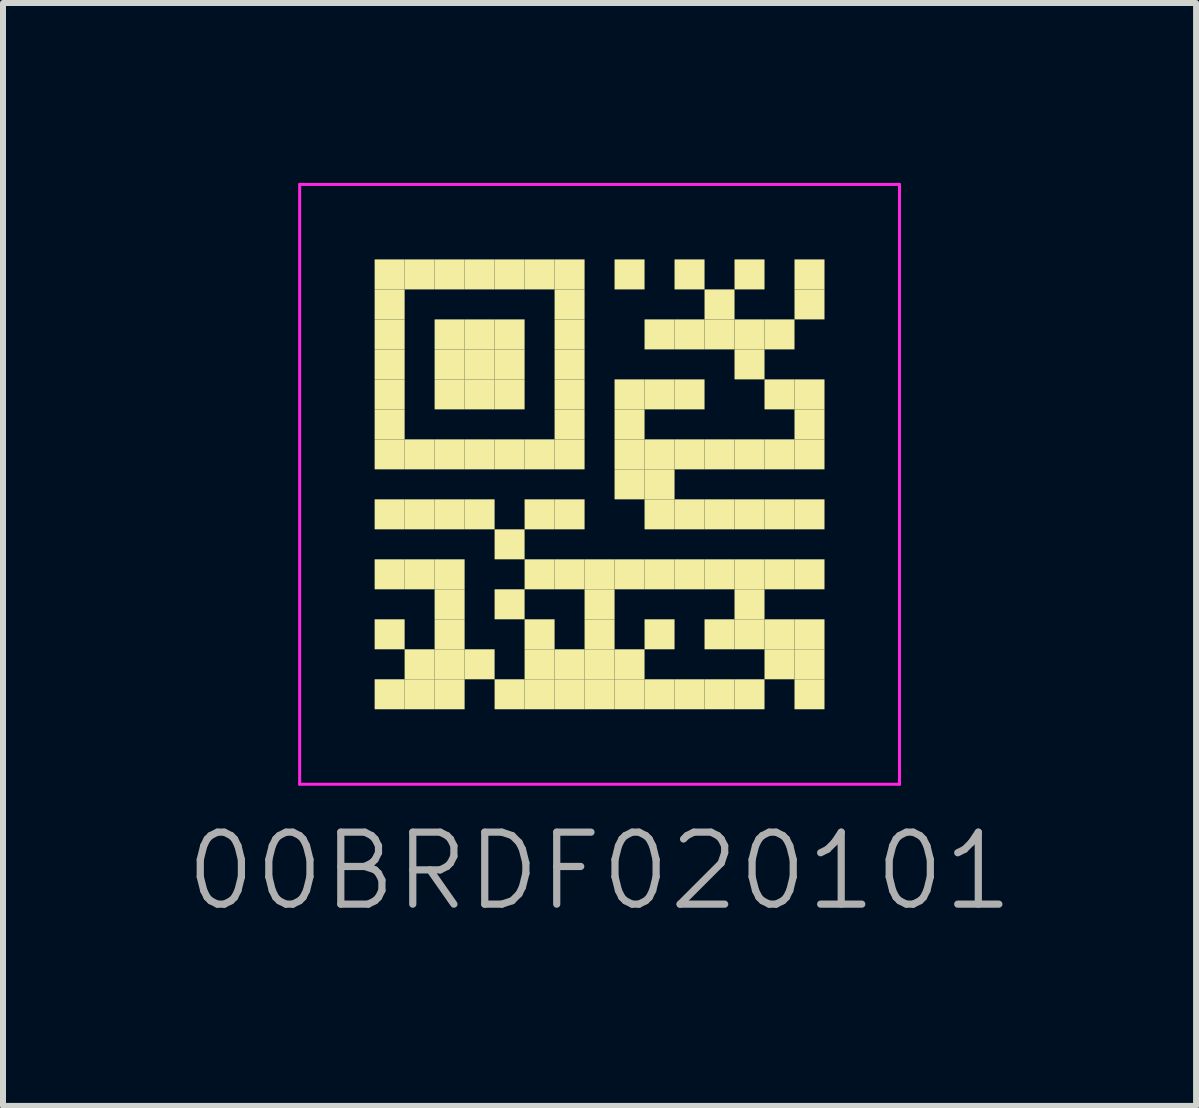
<source format=kicad_pcb>
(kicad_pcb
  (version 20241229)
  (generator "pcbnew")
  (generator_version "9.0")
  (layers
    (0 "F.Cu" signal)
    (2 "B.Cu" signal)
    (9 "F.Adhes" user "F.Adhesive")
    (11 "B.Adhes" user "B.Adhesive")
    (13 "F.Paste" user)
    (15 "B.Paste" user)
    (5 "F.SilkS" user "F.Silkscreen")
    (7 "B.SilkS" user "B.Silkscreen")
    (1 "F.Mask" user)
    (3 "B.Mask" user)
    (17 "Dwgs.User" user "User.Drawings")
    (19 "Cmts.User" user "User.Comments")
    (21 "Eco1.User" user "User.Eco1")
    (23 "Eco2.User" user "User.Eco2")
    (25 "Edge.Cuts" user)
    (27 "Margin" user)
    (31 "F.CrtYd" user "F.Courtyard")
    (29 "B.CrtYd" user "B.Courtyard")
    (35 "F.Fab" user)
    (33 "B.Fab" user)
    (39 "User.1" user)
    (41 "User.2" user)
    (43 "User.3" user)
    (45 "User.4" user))
  (footprint "00BRDF020101"
    (layer "F.Cu")
    (at 6.946 5.025)
    (property "Reference" "00BRDF020101" (at 0 6.45 0) (layer "F.Fab") (effects (font (size 1.2 1.2) (thickness 0.12))))
    (fp_poly (pts (xy -3.25 -3.25) (xy -3.25 -3.75) (xy -3.75 -3.75) (xy -3.75 -3.25)) (stroke (width 0) (type solid)) (fill yes) (layer "F.SilkS"))
    (fp_poly (pts (xy -3.25 -2.75) (xy -3.25 -3.25) (xy -3.75 -3.25) (xy -3.75 -2.75)) (stroke (width 0) (type solid)) (fill yes) (layer "F.SilkS"))
    (fp_poly (pts (xy -3.25 -2.25) (xy -3.25 -2.75) (xy -3.75 -2.75) (xy -3.75 -2.25)) (stroke (width 0) (type solid)) (fill yes) (layer "F.SilkS"))
    (fp_poly (pts (xy -3.25 -1.75) (xy -3.25 -2.25) (xy -3.75 -2.25) (xy -3.75 -1.75)) (stroke (width 0) (type solid)) (fill yes) (layer "F.SilkS"))
    (fp_poly (pts (xy -3.25 -1.25) (xy -3.25 -1.75) (xy -3.75 -1.75) (xy -3.75 -1.25)) (stroke (width 0) (type solid)) (fill yes) (layer "F.SilkS"))
    (fp_poly (pts (xy -3.25 -0.75) (xy -3.25 -1.25) (xy -3.75 -1.25) (xy -3.75 -0.75)) (stroke (width 0) (type solid)) (fill yes) (layer "F.SilkS"))
    (fp_poly (pts (xy -3.25 -0.25) (xy -3.25 -0.75) (xy -3.75 -0.75) (xy -3.75 -0.25)) (stroke (width 0) (type solid)) (fill yes) (layer "F.SilkS"))
    (fp_poly (pts (xy -3.25 0.75) (xy -3.25 0.25) (xy -3.75 0.25) (xy -3.75 0.75)) (stroke (width 0) (type solid)) (fill yes) (layer "F.SilkS"))
    (fp_poly (pts (xy -3.25 1.75) (xy -3.25 1.25) (xy -3.75 1.25) (xy -3.75 1.75)) (stroke (width 0) (type solid)) (fill yes) (layer "F.SilkS"))
    (fp_poly (pts (xy -3.25 2.75) (xy -3.25 2.25) (xy -3.75 2.25) (xy -3.75 2.75)) (stroke (width 0) (type solid)) (fill yes) (layer "F.SilkS"))
    (fp_poly (pts (xy -3.25 3.75) (xy -3.25 3.25) (xy -3.75 3.25) (xy -3.75 3.75)) (stroke (width 0) (type solid)) (fill yes) (layer "F.SilkS"))
    (fp_poly (pts (xy -2.75 -3.25) (xy -2.75 -3.75) (xy -3.25 -3.75) (xy -3.25 -3.25)) (stroke (width 0) (type solid)) (fill yes) (layer "F.SilkS"))
    (fp_poly (pts (xy -2.75 -0.25) (xy -2.75 -0.75) (xy -3.25 -0.75) (xy -3.25 -0.25)) (stroke (width 0) (type solid)) (fill yes) (layer "F.SilkS"))
    (fp_poly (pts (xy -2.75 0.75) (xy -2.75 0.25) (xy -3.25 0.25) (xy -3.25 0.75)) (stroke (width 0) (type solid)) (fill yes) (layer "F.SilkS"))
    (fp_poly (pts (xy -2.75 1.75) (xy -2.75 1.25) (xy -3.25 1.25) (xy -3.25 1.75)) (stroke (width 0) (type solid)) (fill yes) (layer "F.SilkS"))
    (fp_poly (pts (xy -2.75 3.25) (xy -2.75 2.75) (xy -3.25 2.75) (xy -3.25 3.25)) (stroke (width 0) (type solid)) (fill yes) (layer "F.SilkS"))
    (fp_poly (pts (xy -2.75 3.75) (xy -2.75 3.25) (xy -3.25 3.25) (xy -3.25 3.75)) (stroke (width 0) (type solid)) (fill yes) (layer "F.SilkS"))
    (fp_poly (pts (xy -2.25 -3.25) (xy -2.25 -3.75) (xy -2.75 -3.75) (xy -2.75 -3.25)) (stroke (width 0) (type solid)) (fill yes) (layer "F.SilkS"))
    (fp_poly (pts (xy -2.25 -2.25) (xy -2.25 -2.75) (xy -2.75 -2.75) (xy -2.75 -2.25)) (stroke (width 0) (type solid)) (fill yes) (layer "F.SilkS"))
    (fp_poly (pts (xy -2.25 -1.75) (xy -2.25 -2.25) (xy -2.75 -2.25) (xy -2.75 -1.75)) (stroke (width 0) (type solid)) (fill yes) (layer "F.SilkS"))
    (fp_poly (pts (xy -2.25 -1.25) (xy -2.25 -1.75) (xy -2.75 -1.75) (xy -2.75 -1.25)) (stroke (width 0) (type solid)) (fill yes) (layer "F.SilkS"))
    (fp_poly (pts (xy -2.25 -0.25) (xy -2.25 -0.75) (xy -2.75 -0.75) (xy -2.75 -0.25)) (stroke (width 0) (type solid)) (fill yes) (layer "F.SilkS"))
    (fp_poly (pts (xy -2.25 0.75) (xy -2.25 0.25) (xy -2.75 0.25) (xy -2.75 0.75)) (stroke (width 0) (type solid)) (fill yes) (layer "F.SilkS"))
    (fp_poly (pts (xy -2.25 1.75) (xy -2.25 1.25) (xy -2.75 1.25) (xy -2.75 1.75)) (stroke (width 0) (type solid)) (fill yes) (layer "F.SilkS"))
    (fp_poly (pts (xy -2.25 2.25) (xy -2.25 1.75) (xy -2.75 1.75) (xy -2.75 2.25)) (stroke (width 0) (type solid)) (fill yes) (layer "F.SilkS"))
    (fp_poly (pts (xy -2.25 2.75) (xy -2.25 2.25) (xy -2.75 2.25) (xy -2.75 2.75)) (stroke (width 0) (type solid)) (fill yes) (layer "F.SilkS"))
    (fp_poly (pts (xy -2.25 3.25) (xy -2.25 2.75) (xy -2.75 2.75) (xy -2.75 3.25)) (stroke (width 0) (type solid)) (fill yes) (layer "F.SilkS"))
    (fp_poly (pts (xy -2.25 3.75) (xy -2.25 3.25) (xy -2.75 3.25) (xy -2.75 3.75)) (stroke (width 0) (type solid)) (fill yes) (layer "F.SilkS"))
    (fp_poly (pts (xy -1.75 -3.25) (xy -1.75 -3.75) (xy -2.25 -3.75) (xy -2.25 -3.25)) (stroke (width 0) (type solid)) (fill yes) (layer "F.SilkS"))
    (fp_poly (pts (xy -1.75 -2.25) (xy -1.75 -2.75) (xy -2.25 -2.75) (xy -2.25 -2.25)) (stroke (width 0) (type solid)) (fill yes) (layer "F.SilkS"))
    (fp_poly (pts (xy -1.75 -1.75) (xy -1.75 -2.25) (xy -2.25 -2.25) (xy -2.25 -1.75)) (stroke (width 0) (type solid)) (fill yes) (layer "F.SilkS"))
    (fp_poly (pts (xy -1.75 -1.25) (xy -1.75 -1.75) (xy -2.25 -1.75) (xy -2.25 -1.25)) (stroke (width 0) (type solid)) (fill yes) (layer "F.SilkS"))
    (fp_poly (pts (xy -1.75 -0.25) (xy -1.75 -0.75) (xy -2.25 -0.75) (xy -2.25 -0.25)) (stroke (width 0) (type solid)) (fill yes) (layer "F.SilkS"))
    (fp_poly (pts (xy -1.75 0.75) (xy -1.75 0.25) (xy -2.25 0.25) (xy -2.25 0.75)) (stroke (width 0) (type solid)) (fill yes) (layer "F.SilkS"))
    (fp_poly (pts (xy -1.75 3.25) (xy -1.75 2.75) (xy -2.25 2.75) (xy -2.25 3.25)) (stroke (width 0) (type solid)) (fill yes) (layer "F.SilkS"))
    (fp_poly (pts (xy -1.25 -3.25) (xy -1.25 -3.75) (xy -1.75 -3.75) (xy -1.75 -3.25)) (stroke (width 0) (type solid)) (fill yes) (layer "F.SilkS"))
    (fp_poly (pts (xy -1.25 -2.25) (xy -1.25 -2.75) (xy -1.75 -2.75) (xy -1.75 -2.25)) (stroke (width 0) (type solid)) (fill yes) (layer "F.SilkS"))
    (fp_poly (pts (xy -1.25 -1.75) (xy -1.25 -2.25) (xy -1.75 -2.25) (xy -1.75 -1.75)) (stroke (width 0) (type solid)) (fill yes) (layer "F.SilkS"))
    (fp_poly (pts (xy -1.25 -1.25) (xy -1.25 -1.75) (xy -1.75 -1.75) (xy -1.75 -1.25)) (stroke (width 0) (type solid)) (fill yes) (layer "F.SilkS"))
    (fp_poly (pts (xy -1.25 -0.25) (xy -1.25 -0.75) (xy -1.75 -0.75) (xy -1.75 -0.25)) (stroke (width 0) (type solid)) (fill yes) (layer "F.SilkS"))
    (fp_poly (pts (xy -1.25 1.25) (xy -1.25 0.75) (xy -1.75 0.75) (xy -1.75 1.25)) (stroke (width 0) (type solid)) (fill yes) (layer "F.SilkS"))
    (fp_poly (pts (xy -1.25 2.25) (xy -1.25 1.75) (xy -1.75 1.75) (xy -1.75 2.25)) (stroke (width 0) (type solid)) (fill yes) (layer "F.SilkS"))
    (fp_poly (pts (xy -1.25 3.75) (xy -1.25 3.25) (xy -1.75 3.25) (xy -1.75 3.75)) (stroke (width 0) (type solid)) (fill yes) (layer "F.SilkS"))
    (fp_poly (pts (xy -0.75 -3.25) (xy -0.75 -3.75) (xy -1.25 -3.75) (xy -1.25 -3.25)) (stroke (width 0) (type solid)) (fill yes) (layer "F.SilkS"))
    (fp_poly (pts (xy -0.75 -0.25) (xy -0.75 -0.75) (xy -1.25 -0.75) (xy -1.25 -0.25)) (stroke (width 0) (type solid)) (fill yes) (layer "F.SilkS"))
    (fp_poly (pts (xy -0.75 0.75) (xy -0.75 0.25) (xy -1.25 0.25) (xy -1.25 0.75)) (stroke (width 0) (type solid)) (fill yes) (layer "F.SilkS"))
    (fp_poly (pts (xy -0.75 1.75) (xy -0.75 1.25) (xy -1.25 1.25) (xy -1.25 1.75)) (stroke (width 0) (type solid)) (fill yes) (layer "F.SilkS"))
    (fp_poly (pts (xy -0.75 2.75) (xy -0.75 2.25) (xy -1.25 2.25) (xy -1.25 2.75)) (stroke (width 0) (type solid)) (fill yes) (layer "F.SilkS"))
    (fp_poly (pts (xy -0.75 3.25) (xy -0.75 2.75) (xy -1.25 2.75) (xy -1.25 3.25)) (stroke (width 0) (type solid)) (fill yes) (layer "F.SilkS"))
    (fp_poly (pts (xy -0.75 3.75) (xy -0.75 3.25) (xy -1.25 3.25) (xy -1.25 3.75)) (stroke (width 0) (type solid)) (fill yes) (layer "F.SilkS"))
    (fp_poly (pts (xy -0.25 -3.25) (xy -0.25 -3.75) (xy -0.75 -3.75) (xy -0.75 -3.25)) (stroke (width 0) (type solid)) (fill yes) (layer "F.SilkS"))
    (fp_poly (pts (xy -0.25 -2.75) (xy -0.25 -3.25) (xy -0.75 -3.25) (xy -0.75 -2.75)) (stroke (width 0) (type solid)) (fill yes) (layer "F.SilkS"))
    (fp_poly (pts (xy -0.25 -2.25) (xy -0.25 -2.75) (xy -0.75 -2.75) (xy -0.75 -2.25)) (stroke (width 0) (type solid)) (fill yes) (layer "F.SilkS"))
    (fp_poly (pts (xy -0.25 -1.75) (xy -0.25 -2.25) (xy -0.75 -2.25) (xy -0.75 -1.75)) (stroke (width 0) (type solid)) (fill yes) (layer "F.SilkS"))
    (fp_poly (pts (xy -0.25 -1.25) (xy -0.25 -1.75) (xy -0.75 -1.75) (xy -0.75 -1.25)) (stroke (width 0) (type solid)) (fill yes) (layer "F.SilkS"))
    (fp_poly (pts (xy -0.25 -0.75) (xy -0.25 -1.25) (xy -0.75 -1.25) (xy -0.75 -0.75)) (stroke (width 0) (type solid)) (fill yes) (layer "F.SilkS"))
    (fp_poly (pts (xy -0.25 -0.25) (xy -0.25 -0.75) (xy -0.75 -0.75) (xy -0.75 -0.25)) (stroke (width 0) (type solid)) (fill yes) (layer "F.SilkS"))
    (fp_poly (pts (xy -0.25 0.75) (xy -0.25 0.25) (xy -0.75 0.25) (xy -0.75 0.75)) (stroke (width 0) (type solid)) (fill yes) (layer "F.SilkS"))
    (fp_poly (pts (xy -0.25 1.75) (xy -0.25 1.25) (xy -0.75 1.25) (xy -0.75 1.75)) (stroke (width 0) (type solid)) (fill yes) (layer "F.SilkS"))
    (fp_poly (pts (xy -0.25 3.25) (xy -0.25 2.75) (xy -0.75 2.75) (xy -0.75 3.25)) (stroke (width 0) (type solid)) (fill yes) (layer "F.SilkS"))
    (fp_poly (pts (xy -0.25 3.75) (xy -0.25 3.25) (xy -0.75 3.25) (xy -0.75 3.75)) (stroke (width 0) (type solid)) (fill yes) (layer "F.SilkS"))
    (fp_poly (pts (xy 0.25 1.75) (xy 0.25 1.25) (xy -0.25 1.25) (xy -0.25 1.75)) (stroke (width 0) (type solid)) (fill yes) (layer "F.SilkS"))
    (fp_poly (pts (xy 0.25 2.25) (xy 0.25 1.75) (xy -0.25 1.75) (xy -0.25 2.25)) (stroke (width 0) (type solid)) (fill yes) (layer "F.SilkS"))
    (fp_poly (pts (xy 0.25 2.75) (xy 0.25 2.25) (xy -0.25 2.25) (xy -0.25 2.75)) (stroke (width 0) (type solid)) (fill yes) (layer "F.SilkS"))
    (fp_poly (pts (xy 0.25 3.25) (xy 0.25 2.75) (xy -0.25 2.75) (xy -0.25 3.25)) (stroke (width 0) (type solid)) (fill yes) (layer "F.SilkS"))
    (fp_poly (pts (xy 0.25 3.75) (xy 0.25 3.25) (xy -0.25 3.25) (xy -0.25 3.75)) (stroke (width 0) (type solid)) (fill yes) (layer "F.SilkS"))
    (fp_poly (pts (xy 0.75 -3.25) (xy 0.75 -3.75) (xy 0.25 -3.75) (xy 0.25 -3.25)) (stroke (width 0) (type solid)) (fill yes) (layer "F.SilkS"))
    (fp_poly (pts (xy 0.75 -1.25) (xy 0.75 -1.75) (xy 0.25 -1.75) (xy 0.25 -1.25)) (stroke (width 0) (type solid)) (fill yes) (layer "F.SilkS"))
    (fp_poly (pts (xy 0.75 -0.75) (xy 0.75 -1.25) (xy 0.25 -1.25) (xy 0.25 -0.75)) (stroke (width 0) (type solid)) (fill yes) (layer "F.SilkS"))
    (fp_poly (pts (xy 0.75 -0.25) (xy 0.75 -0.75) (xy 0.25 -0.75) (xy 0.25 -0.25)) (stroke (width 0) (type solid)) (fill yes) (layer "F.SilkS"))
    (fp_poly (pts (xy 0.75 0.25) (xy 0.75 -0.25) (xy 0.25 -0.25) (xy 0.25 0.25)) (stroke (width 0) (type solid)) (fill yes) (layer "F.SilkS"))
    (fp_poly (pts (xy 0.75 1.75) (xy 0.75 1.25) (xy 0.25 1.25) (xy 0.25 1.75)) (stroke (width 0) (type solid)) (fill yes) (layer "F.SilkS"))
    (fp_poly (pts (xy 0.75 3.25) (xy 0.75 2.75) (xy 0.25 2.75) (xy 0.25 3.25)) (stroke (width 0) (type solid)) (fill yes) (layer "F.SilkS"))
    (fp_poly (pts (xy 0.75 3.75) (xy 0.75 3.25) (xy 0.25 3.25) (xy 0.25 3.75)) (stroke (width 0) (type solid)) (fill yes) (layer "F.SilkS"))
    (fp_poly (pts (xy 1.25 -2.25) (xy 1.25 -2.75) (xy 0.75 -2.75) (xy 0.75 -2.25)) (stroke (width 0) (type solid)) (fill yes) (layer "F.SilkS"))
    (fp_poly (pts (xy 1.25 -1.25) (xy 1.25 -1.75) (xy 0.75 -1.75) (xy 0.75 -1.25)) (stroke (width 0) (type solid)) (fill yes) (layer "F.SilkS"))
    (fp_poly (pts (xy 1.25 -0.25) (xy 1.25 -0.75) (xy 0.75 -0.75) (xy 0.75 -0.25)) (stroke (width 0) (type solid)) (fill yes) (layer "F.SilkS"))
    (fp_poly (pts (xy 1.25 0.25) (xy 1.25 -0.25) (xy 0.75 -0.25) (xy 0.75 0.25)) (stroke (width 0) (type solid)) (fill yes) (layer "F.SilkS"))
    (fp_poly (pts (xy 1.25 0.75) (xy 1.25 0.25) (xy 0.75 0.25) (xy 0.75 0.75)) (stroke (width 0) (type solid)) (fill yes) (layer "F.SilkS"))
    (fp_poly (pts (xy 1.25 1.75) (xy 1.25 1.25) (xy 0.75 1.25) (xy 0.75 1.75)) (stroke (width 0) (type solid)) (fill yes) (layer "F.SilkS"))
    (fp_poly (pts (xy 1.25 2.75) (xy 1.25 2.25) (xy 0.75 2.25) (xy 0.75 2.75)) (stroke (width 0) (type solid)) (fill yes) (layer "F.SilkS"))
    (fp_poly (pts (xy 1.25 3.75) (xy 1.25 3.25) (xy 0.75 3.25) (xy 0.75 3.75)) (stroke (width 0) (type solid)) (fill yes) (layer "F.SilkS"))
    (fp_poly (pts (xy 1.75 -3.25) (xy 1.75 -3.75) (xy 1.25 -3.75) (xy 1.25 -3.25)) (stroke (width 0) (type solid)) (fill yes) (layer "F.SilkS"))
    (fp_poly (pts (xy 1.75 -2.25) (xy 1.75 -2.75) (xy 1.25 -2.75) (xy 1.25 -2.25)) (stroke (width 0) (type solid)) (fill yes) (layer "F.SilkS"))
    (fp_poly (pts (xy 1.75 -1.25) (xy 1.75 -1.75) (xy 1.25 -1.75) (xy 1.25 -1.25)) (stroke (width 0) (type solid)) (fill yes) (layer "F.SilkS"))
    (fp_poly (pts (xy 1.75 -0.25) (xy 1.75 -0.75) (xy 1.25 -0.75) (xy 1.25 -0.25)) (stroke (width 0) (type solid)) (fill yes) (layer "F.SilkS"))
    (fp_poly (pts (xy 1.75 0.75) (xy 1.75 0.25) (xy 1.25 0.25) (xy 1.25 0.75)) (stroke (width 0) (type solid)) (fill yes) (layer "F.SilkS"))
    (fp_poly (pts (xy 1.75 1.75) (xy 1.75 1.25) (xy 1.25 1.25) (xy 1.25 1.75)) (stroke (width 0) (type solid)) (fill yes) (layer "F.SilkS"))
    (fp_poly (pts (xy 1.75 3.75) (xy 1.75 3.25) (xy 1.25 3.25) (xy 1.25 3.75)) (stroke (width 0) (type solid)) (fill yes) (layer "F.SilkS"))
    (fp_poly (pts (xy 2.25 -2.75) (xy 2.25 -3.25) (xy 1.75 -3.25) (xy 1.75 -2.75)) (stroke (width 0) (type solid)) (fill yes) (layer "F.SilkS"))
    (fp_poly (pts (xy 2.25 -2.25) (xy 2.25 -2.75) (xy 1.75 -2.75) (xy 1.75 -2.25)) (stroke (width 0) (type solid)) (fill yes) (layer "F.SilkS"))
    (fp_poly (pts (xy 2.25 -0.25) (xy 2.25 -0.75) (xy 1.75 -0.75) (xy 1.75 -0.25)) (stroke (width 0) (type solid)) (fill yes) (layer "F.SilkS"))
    (fp_poly (pts (xy 2.25 0.75) (xy 2.25 0.25) (xy 1.75 0.25) (xy 1.75 0.75)) (stroke (width 0) (type solid)) (fill yes) (layer "F.SilkS"))
    (fp_poly (pts (xy 2.25 1.75) (xy 2.25 1.25) (xy 1.75 1.25) (xy 1.75 1.75)) (stroke (width 0) (type solid)) (fill yes) (layer "F.SilkS"))
    (fp_poly (pts (xy 2.25 2.75) (xy 2.25 2.25) (xy 1.75 2.25) (xy 1.75 2.75)) (stroke (width 0) (type solid)) (fill yes) (layer "F.SilkS"))
    (fp_poly (pts (xy 2.25 3.75) (xy 2.25 3.25) (xy 1.75 3.25) (xy 1.75 3.75)) (stroke (width 0) (type solid)) (fill yes) (layer "F.SilkS"))
    (fp_poly (pts (xy 2.75 -3.25) (xy 2.75 -3.75) (xy 2.25 -3.75) (xy 2.25 -3.25)) (stroke (width 0) (type solid)) (fill yes) (layer "F.SilkS"))
    (fp_poly (pts (xy 2.75 -2.25) (xy 2.75 -2.75) (xy 2.25 -2.75) (xy 2.25 -2.25)) (stroke (width 0) (type solid)) (fill yes) (layer "F.SilkS"))
    (fp_poly (pts (xy 2.75 -1.75) (xy 2.75 -2.25) (xy 2.25 -2.25) (xy 2.25 -1.75)) (stroke (width 0) (type solid)) (fill yes) (layer "F.SilkS"))
    (fp_poly (pts (xy 2.75 -0.25) (xy 2.75 -0.75) (xy 2.25 -0.75) (xy 2.25 -0.25)) (stroke (width 0) (type solid)) (fill yes) (layer "F.SilkS"))
    (fp_poly (pts (xy 2.75 0.75) (xy 2.75 0.25) (xy 2.25 0.25) (xy 2.25 0.75)) (stroke (width 0) (type solid)) (fill yes) (layer "F.SilkS"))
    (fp_poly (pts (xy 2.75 1.75) (xy 2.75 1.25) (xy 2.25 1.25) (xy 2.25 1.75)) (stroke (width 0) (type solid)) (fill yes) (layer "F.SilkS"))
    (fp_poly (pts (xy 2.75 2.25) (xy 2.75 1.75) (xy 2.25 1.75) (xy 2.25 2.25)) (stroke (width 0) (type solid)) (fill yes) (layer "F.SilkS"))
    (fp_poly (pts (xy 2.75 2.75) (xy 2.75 2.25) (xy 2.25 2.25) (xy 2.25 2.75)) (stroke (width 0) (type solid)) (fill yes) (layer "F.SilkS"))
    (fp_poly (pts (xy 2.75 3.75) (xy 2.75 3.25) (xy 2.25 3.25) (xy 2.25 3.75)) (stroke (width 0) (type solid)) (fill yes) (layer "F.SilkS"))
    (fp_poly (pts (xy 3.25 -2.25) (xy 3.25 -2.75) (xy 2.75 -2.75) (xy 2.75 -2.25)) (stroke (width 0) (type solid)) (fill yes) (layer "F.SilkS"))
    (fp_poly (pts (xy 3.25 -1.25) (xy 3.25 -1.75) (xy 2.75 -1.75) (xy 2.75 -1.25)) (stroke (width 0) (type solid)) (fill yes) (layer "F.SilkS"))
    (fp_poly (pts (xy 3.25 -0.25) (xy 3.25 -0.75) (xy 2.75 -0.75) (xy 2.75 -0.25)) (stroke (width 0) (type solid)) (fill yes) (layer "F.SilkS"))
    (fp_poly (pts (xy 3.25 0.75) (xy 3.25 0.25) (xy 2.75 0.25) (xy 2.75 0.75)) (stroke (width 0) (type solid)) (fill yes) (layer "F.SilkS"))
    (fp_poly (pts (xy 3.25 1.75) (xy 3.25 1.25) (xy 2.75 1.25) (xy 2.75 1.75)) (stroke (width 0) (type solid)) (fill yes) (layer "F.SilkS"))
    (fp_poly (pts (xy 3.25 2.75) (xy 3.25 2.25) (xy 2.75 2.25) (xy 2.75 2.75)) (stroke (width 0) (type solid)) (fill yes) (layer "F.SilkS"))
    (fp_poly (pts (xy 3.25 3.25) (xy 3.25 2.75) (xy 2.75 2.75) (xy 2.75 3.25)) (stroke (width 0) (type solid)) (fill yes) (layer "F.SilkS"))
    (fp_poly (pts (xy 3.75 -3.25) (xy 3.75 -3.75) (xy 3.25 -3.75) (xy 3.25 -3.25)) (stroke (width 0) (type solid)) (fill yes) (layer "F.SilkS"))
    (fp_poly (pts (xy 3.75 -2.75) (xy 3.75 -3.25) (xy 3.25 -3.25) (xy 3.25 -2.75)) (stroke (width 0) (type solid)) (fill yes) (layer "F.SilkS"))
    (fp_poly (pts (xy 3.75 -1.25) (xy 3.75 -1.75) (xy 3.25 -1.75) (xy 3.25 -1.25)) (stroke (width 0) (type solid)) (fill yes) (layer "F.SilkS"))
    (fp_poly (pts (xy 3.75 -0.75) (xy 3.75 -1.25) (xy 3.25 -1.25) (xy 3.25 -0.75)) (stroke (width 0) (type solid)) (fill yes) (layer "F.SilkS"))
    (fp_poly (pts (xy 3.75 -0.25) (xy 3.75 -0.75) (xy 3.25 -0.75) (xy 3.25 -0.25)) (stroke (width 0) (type solid)) (fill yes) (layer "F.SilkS"))
    (fp_poly (pts (xy 3.75 0.75) (xy 3.75 0.25) (xy 3.25 0.25) (xy 3.25 0.75)) (stroke (width 0) (type solid)) (fill yes) (layer "F.SilkS"))
    (fp_poly (pts (xy 3.75 1.75) (xy 3.75 1.25) (xy 3.25 1.25) (xy 3.25 1.75)) (stroke (width 0) (type solid)) (fill yes) (layer "F.SilkS"))
    (fp_poly (pts (xy 3.75 2.75) (xy 3.75 2.25) (xy 3.25 2.25) (xy 3.25 2.75)) (stroke (width 0) (type solid)) (fill yes) (layer "F.SilkS"))
    (fp_poly (pts (xy 3.75 3.25) (xy 3.75 2.75) (xy 3.25 2.75) (xy 3.25 3.25)) (stroke (width 0) (type solid)) (fill yes) (layer "F.SilkS"))
    (fp_poly (pts (xy 3.75 3.75) (xy 3.75 3.25) (xy 3.25 3.25) (xy 3.25 3.75)) (stroke (width 0) (type solid)) (fill yes) (layer "F.SilkS"))
    (fp_line (start -5 -5) (end 5 -5) (stroke (width 0.05) (type solid)) (layer "F.CrtYd"))
    (fp_line (start -5 5) (end -5 -5) (stroke (width 0.05) (type solid)) (layer "F.CrtYd"))
    (fp_line (start 5 -5) (end 5 5) (stroke (width 0.05) (type solid)) (layer "F.CrtYd"))
    (fp_line (start 5 5) (end -5 5) (stroke (width 0.05) (type solid)) (layer "F.CrtYd")))
  (gr_rect
    (start -3 -3)
    (end 16.891 15.388)
    (stroke (width 0.1) (type default))
    (fill no)
    (layer "Edge.Cuts")))
</source>
